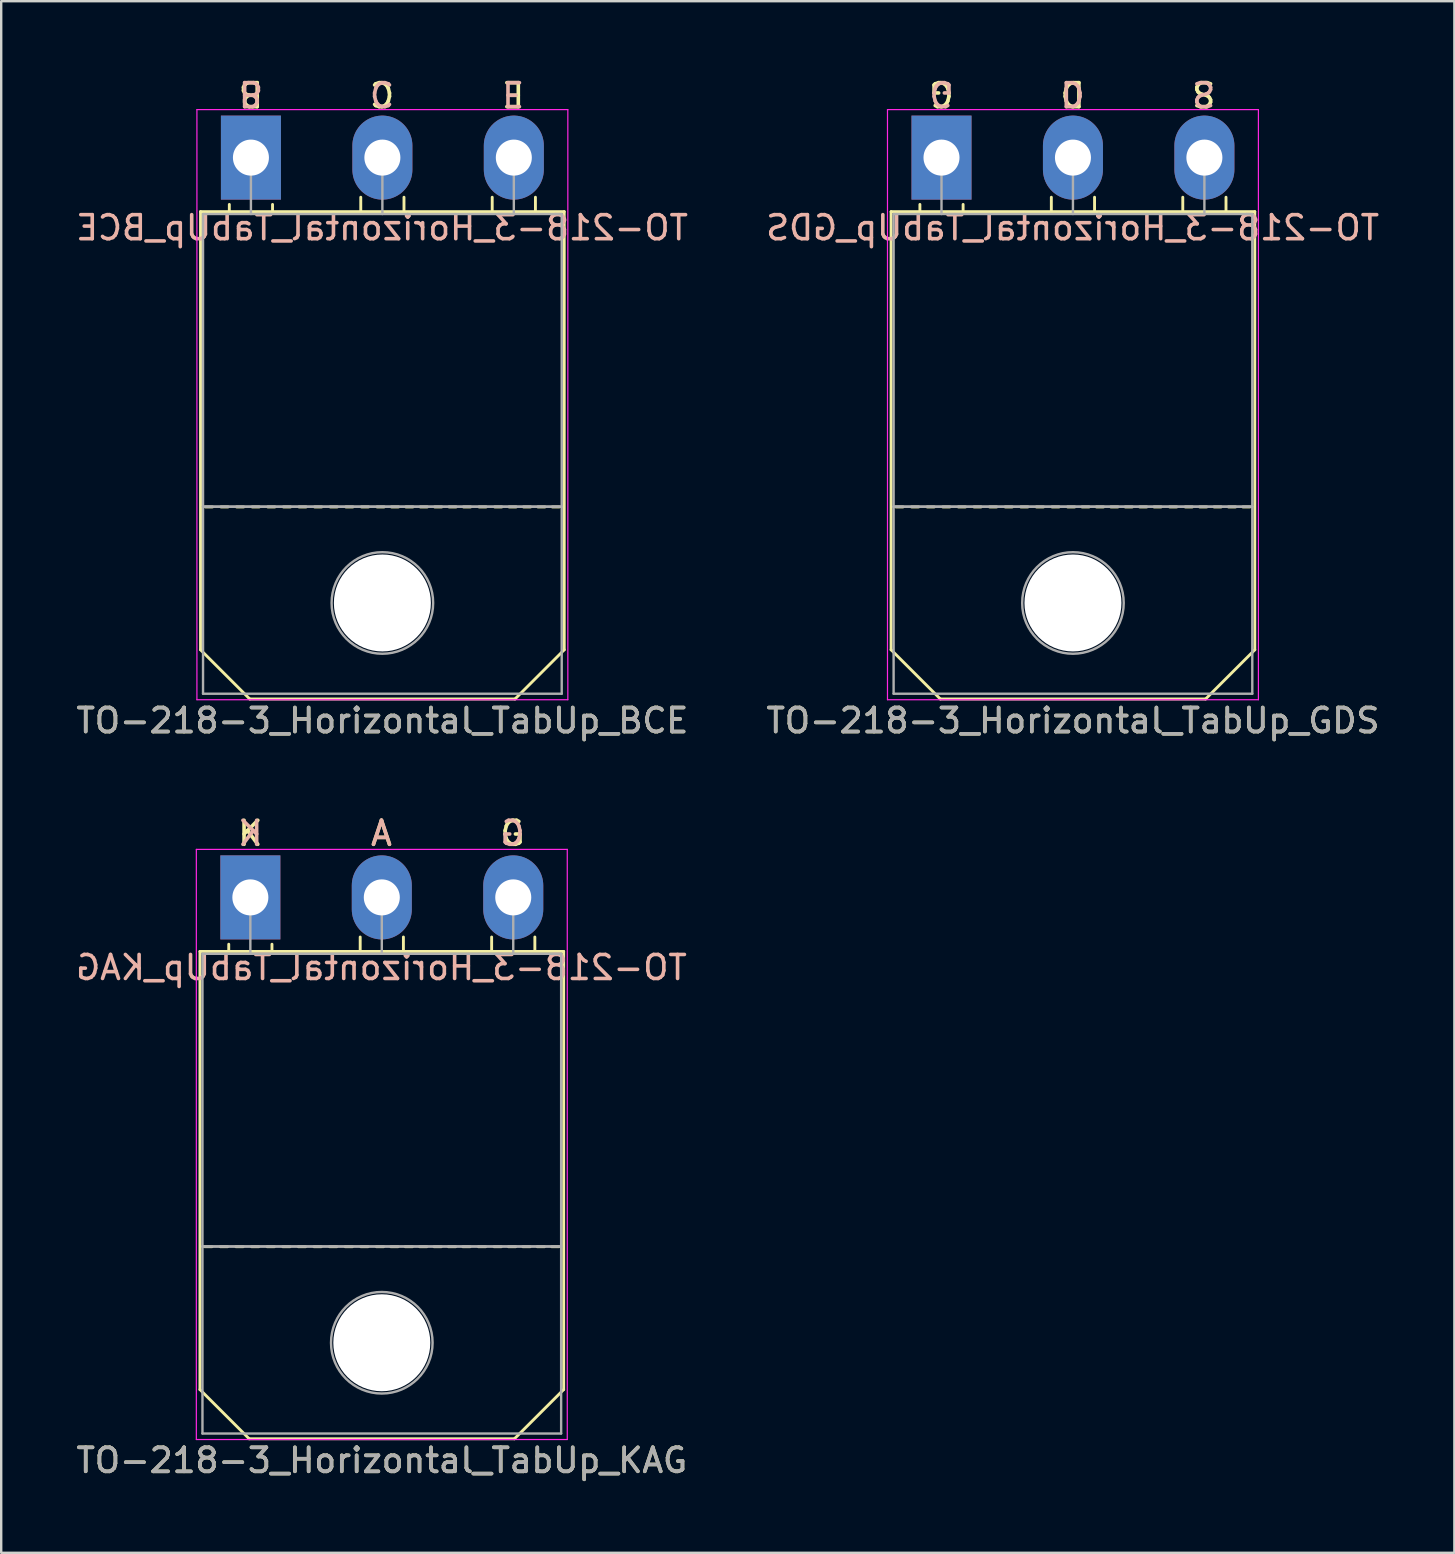
<source format=kicad_pcb>
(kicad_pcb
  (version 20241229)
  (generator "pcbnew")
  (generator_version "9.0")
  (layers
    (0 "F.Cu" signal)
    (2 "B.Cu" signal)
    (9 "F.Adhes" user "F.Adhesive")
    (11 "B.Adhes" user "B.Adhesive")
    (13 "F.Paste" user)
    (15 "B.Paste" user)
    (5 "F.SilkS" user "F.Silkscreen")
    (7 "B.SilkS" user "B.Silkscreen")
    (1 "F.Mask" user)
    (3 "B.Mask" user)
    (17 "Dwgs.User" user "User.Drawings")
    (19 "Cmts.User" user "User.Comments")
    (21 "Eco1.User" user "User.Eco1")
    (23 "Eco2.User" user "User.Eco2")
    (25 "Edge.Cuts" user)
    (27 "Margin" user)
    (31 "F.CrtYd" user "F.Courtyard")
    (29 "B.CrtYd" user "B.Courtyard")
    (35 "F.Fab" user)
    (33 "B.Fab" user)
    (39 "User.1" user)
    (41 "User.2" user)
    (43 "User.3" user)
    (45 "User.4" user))
  (footprint "TO-218-3_Horizontal_TabUp_GDS"
    (layer "F.Cu")
    (at 36.166 3.515)
    (property "Reference" "TO-218-3_Horizontal_TabUp_GDS" (at 5.475 23.45 0) (layer "F.SilkS") (effects (font (size 1 1) (thickness 0.15))))
    (fp_line (start -2.1 2.25) (end 13.05 2.25) (stroke (width 0.12) (type solid)) (layer "F.SilkS"))
    (fp_line (start -2.1 20.5) (end -2.1 2.25) (stroke (width 0.12) (type solid)) (layer "F.SilkS"))
    (fp_line (start -2.1 20.5) (end -0.05 22.55) (stroke (width 0.12) (type solid)) (layer "F.SilkS"))
    (fp_line (start -1.6 14.55) (end -1.9 14.55) (stroke (width 0.12) (type solid)) (layer "F.SilkS"))
    (fp_line (start -0.95 14.55) (end -1.25 14.55) (stroke (width 0.12) (type solid)) (layer "F.SilkS"))
    (fp_line (start -0.9 2.2) (end -0.9 1.95) (stroke (width 0.12) (type solid)) (layer "F.SilkS"))
    (fp_line (start -0.3 14.55) (end -0.6 14.55) (stroke (width 0.12) (type solid)) (layer "F.SilkS"))
    (fp_line (start 0.35 14.55) (end 0.05 14.55) (stroke (width 0.12) (type solid)) (layer "F.SilkS"))
    (fp_line (start 0.9 2.2) (end 0.9 1.95) (stroke (width 0.12) (type solid)) (layer "F.SilkS"))
    (fp_line (start 1 14.55) (end 0.7 14.55) (stroke (width 0.12) (type solid)) (layer "F.SilkS"))
    (fp_line (start 1.65 14.55) (end 1.35 14.55) (stroke (width 0.12) (type solid)) (layer "F.SilkS"))
    (fp_line (start 2.3 14.55) (end 2 14.55) (stroke (width 0.12) (type solid)) (layer "F.SilkS"))
    (fp_line (start 2.95 14.55) (end 2.65 14.55) (stroke (width 0.12) (type solid)) (layer "F.SilkS"))
    (fp_line (start 3.6 14.55) (end 3.3 14.55) (stroke (width 0.12) (type solid)) (layer "F.SilkS"))
    (fp_line (start 4.25 14.55) (end 3.95 14.55) (stroke (width 0.12) (type solid)) (layer "F.SilkS"))
    (fp_line (start 4.575 2.2) (end 4.575 1.65) (stroke (width 0.12) (type solid)) (layer "F.SilkS"))
    (fp_line (start 4.9 14.55) (end 4.6 14.55) (stroke (width 0.12) (type solid)) (layer "F.SilkS"))
    (fp_line (start 5.55 14.55) (end 5.25 14.55) (stroke (width 0.12) (type solid)) (layer "F.SilkS"))
    (fp_line (start 6.15 14.55) (end 5.85 14.55) (stroke (width 0.12) (type solid)) (layer "F.SilkS"))
    (fp_line (start 6.375 2.2) (end 6.375 1.65) (stroke (width 0.12) (type solid)) (layer "F.SilkS"))
    (fp_line (start 6.75 14.55) (end 6.45 14.55) (stroke (width 0.12) (type solid)) (layer "F.SilkS"))
    (fp_line (start 7.35 14.55) (end 7.05 14.55) (stroke (width 0.12) (type solid)) (layer "F.SilkS"))
    (fp_line (start 7.95 14.55) (end 7.65 14.55) (stroke (width 0.12) (type solid)) (layer "F.SilkS"))
    (fp_line (start 8.55 14.55) (end 8.25 14.55) (stroke (width 0.12) (type solid)) (layer "F.SilkS"))
    (fp_line (start 9.15 14.55) (end 8.85 14.55) (stroke (width 0.12) (type solid)) (layer "F.SilkS"))
    (fp_line (start 9.8 14.55) (end 9.5 14.55) (stroke (width 0.12) (type solid)) (layer "F.SilkS"))
    (fp_line (start 10.05 2.2) (end 10.05 1.65) (stroke (width 0.12) (type solid)) (layer "F.SilkS"))
    (fp_line (start 10.45 14.55) (end 10.15 14.55) (stroke (width 0.12) (type solid)) (layer "F.SilkS"))
    (fp_line (start 11 22.55) (end -0.05 22.55) (stroke (width 0.12) (type solid)) (layer "F.SilkS"))
    (fp_line (start 11.05 14.55) (end 10.75 14.55) (stroke (width 0.12) (type solid)) (layer "F.SilkS"))
    (fp_line (start 11.65 14.55) (end 11.35 14.55) (stroke (width 0.12) (type solid)) (layer "F.SilkS"))
    (fp_line (start 11.85 2.2) (end 11.85 1.65) (stroke (width 0.12) (type solid)) (layer "F.SilkS"))
    (fp_line (start 12.25 14.55) (end 11.95 14.55) (stroke (width 0.12) (type solid)) (layer "F.SilkS"))
    (fp_line (start 12.85 14.55) (end 12.55 14.55) (stroke (width 0.12) (type solid)) (layer "F.SilkS"))
    (fp_line (start 13.05 2.25) (end 13.05 20.5) (stroke (width 0.12) (type solid)) (layer "F.SilkS"))
    (fp_line (start 13.05 20.5) (end 11 22.55) (stroke (width 0.12) (type solid)) (layer "F.SilkS"))
    (fp_line (start -2.25 -2) (end -2.25 22.58) (stroke (width 0.05) (type solid)) (layer "F.CrtYd"))
    (fp_line (start -2.25 22.58) (end 13.2 22.58) (stroke (width 0.05) (type solid)) (layer "F.CrtYd"))
    (fp_line (start 13.2 -2) (end -2.25 -2) (stroke (width 0.05) (type solid)) (layer "F.CrtYd"))
    (fp_line (start 13.2 22.58) (end 13.2 -2) (stroke (width 0.05) (type solid)) (layer "F.CrtYd"))
    (fp_line (start -1.995 2.35) (end -1.995 14.54) (stroke (width 0.1) (type solid)) (layer "F.Fab"))
    (fp_line (start -1.995 14.54) (end -1.995 22.33) (stroke (width 0.1) (type solid)) (layer "F.Fab"))
    (fp_line (start -1.995 14.54) (end 12.945 14.54) (stroke (width 0.1) (type solid)) (layer "F.Fab"))
    (fp_line (start -1.995 22.33) (end 12.945 22.33) (stroke (width 0.1) (type solid)) (layer "F.Fab"))
    (fp_line (start 0 2.35) (end 0 0) (stroke (width 0.1) (type solid)) (layer "F.Fab"))
    (fp_line (start 5.475 2.35) (end 5.475 0) (stroke (width 0.1) (type solid)) (layer "F.Fab"))
    (fp_line (start 10.95 2.35) (end 10.95 0) (stroke (width 0.1) (type solid)) (layer "F.Fab"))
    (fp_line (start 12.945 2.35) (end -1.995 2.35) (stroke (width 0.1) (type solid)) (layer "F.Fab"))
    (fp_line (start 12.945 14.54) (end -1.995 14.54) (stroke (width 0.1) (type solid)) (layer "F.Fab"))
    (fp_line (start 12.945 14.54) (end 12.945 2.35) (stroke (width 0.1) (type solid)) (layer "F.Fab"))
    (fp_line (start 12.945 22.33) (end 12.945 14.54) (stroke (width 0.1) (type solid)) (layer "F.Fab"))
    (fp_circle (center 5.475 18.55) (end 7.59 18.55) (stroke (width 0.1) (type solid)) (fill no) (layer "F.Fab"))
    (fp_text user "G" (at 0 -2.667 180) (unlocked yes) (layer "F.SilkS") (effects (font (size 1 1) (thickness 0.15))))
    (fp_text user "D" (at 5.461 -2.667 180) (unlocked yes) (layer "F.SilkS") (effects (font (size 1 1) (thickness 0.15))))
    (fp_text user "S" (at 10.922 -2.667 180) (unlocked yes) (layer "F.SilkS") (effects (font (size 1 1) (thickness 0.15))))
    (fp_text user "${REFERENCE}" (at 5.461 2.921 0) (layer "B.SilkS") (effects (font (size 1 1) (thickness 0.15)) (justify mirror)))
    (fp_text user "G" (at 0 -2.667 180) (unlocked yes) (layer "B.SilkS") (effects (font (size 1 1) (thickness 0.15)) (justify mirror)))
    (fp_text user "S" (at 10.922 -2.667 180) (unlocked yes) (layer "B.SilkS") (effects (font (size 1 1) (thickness 0.15)) (justify mirror)))
    (fp_text user "D" (at 5.461 -2.667 180) (unlocked yes) (layer "B.SilkS") (effects (font (size 1 1) (thickness 0.15)) (justify mirror)))
    (fp_text user "${REFERENCE}" (at 5.475 23.45 0) (layer "F.Fab") (effects (font (size 1 1) (thickness 0.15))))
    (pad "" np_thru_hole oval (at 5.475 18.55) (size 4.04 4.04) (drill 4.04) (layers "*.Cu" "*.Mask"))
    (pad "1" thru_hole rect (at 0 0) (size 2.5 3.5) (drill 1.5) (layers "*.Cu" "*.Mask"))
    (pad "2" thru_hole oval (at 5.475 0) (size 2.5 3.5) (drill 1.5) (layers "*.Cu" "*.Mask"))
    (pad "3" thru_hole oval (at 10.95 0) (size 2.5 3.5) (drill 1.5) (layers "*.Cu" "*.Mask")))
  (footprint "TO-218-3_Horizontal_TabUp_KAG"
    (layer "F.Cu")
    (at 7.378 34.329)
    (property "Reference" "TO-218-3_Horizontal_TabUp_KAG" (at 5.475 23.45 0) (layer "F.SilkS") (effects (font (size 1 1) (thickness 0.15))))
    (fp_line (start -2.1 2.25) (end 13.05 2.25) (stroke (width 0.12) (type solid)) (layer "F.SilkS"))
    (fp_line (start -2.1 20.5) (end -2.1 2.25) (stroke (width 0.12) (type solid)) (layer "F.SilkS"))
    (fp_line (start -2.1 20.5) (end -0.05 22.55) (stroke (width 0.12) (type solid)) (layer "F.SilkS"))
    (fp_line (start -1.6 14.55) (end -1.9 14.55) (stroke (width 0.12) (type solid)) (layer "F.SilkS"))
    (fp_line (start -0.95 14.55) (end -1.25 14.55) (stroke (width 0.12) (type solid)) (layer "F.SilkS"))
    (fp_line (start -0.9 2.2) (end -0.9 1.95) (stroke (width 0.12) (type solid)) (layer "F.SilkS"))
    (fp_line (start -0.3 14.55) (end -0.6 14.55) (stroke (width 0.12) (type solid)) (layer "F.SilkS"))
    (fp_line (start 0.35 14.55) (end 0.05 14.55) (stroke (width 0.12) (type solid)) (layer "F.SilkS"))
    (fp_line (start 0.9 2.2) (end 0.9 1.95) (stroke (width 0.12) (type solid)) (layer "F.SilkS"))
    (fp_line (start 1 14.55) (end 0.7 14.55) (stroke (width 0.12) (type solid)) (layer "F.SilkS"))
    (fp_line (start 1.65 14.55) (end 1.35 14.55) (stroke (width 0.12) (type solid)) (layer "F.SilkS"))
    (fp_line (start 2.3 14.55) (end 2 14.55) (stroke (width 0.12) (type solid)) (layer "F.SilkS"))
    (fp_line (start 2.95 14.55) (end 2.65 14.55) (stroke (width 0.12) (type solid)) (layer "F.SilkS"))
    (fp_line (start 3.6 14.55) (end 3.3 14.55) (stroke (width 0.12) (type solid)) (layer "F.SilkS"))
    (fp_line (start 4.25 14.55) (end 3.95 14.55) (stroke (width 0.12) (type solid)) (layer "F.SilkS"))
    (fp_line (start 4.575 2.2) (end 4.575 1.65) (stroke (width 0.12) (type solid)) (layer "F.SilkS"))
    (fp_line (start 4.9 14.55) (end 4.6 14.55) (stroke (width 0.12) (type solid)) (layer "F.SilkS"))
    (fp_line (start 5.55 14.55) (end 5.25 14.55) (stroke (width 0.12) (type solid)) (layer "F.SilkS"))
    (fp_line (start 6.15 14.55) (end 5.85 14.55) (stroke (width 0.12) (type solid)) (layer "F.SilkS"))
    (fp_line (start 6.375 2.2) (end 6.375 1.65) (stroke (width 0.12) (type solid)) (layer "F.SilkS"))
    (fp_line (start 6.75 14.55) (end 6.45 14.55) (stroke (width 0.12) (type solid)) (layer "F.SilkS"))
    (fp_line (start 7.35 14.55) (end 7.05 14.55) (stroke (width 0.12) (type solid)) (layer "F.SilkS"))
    (fp_line (start 7.95 14.55) (end 7.65 14.55) (stroke (width 0.12) (type solid)) (layer "F.SilkS"))
    (fp_line (start 8.55 14.55) (end 8.25 14.55) (stroke (width 0.12) (type solid)) (layer "F.SilkS"))
    (fp_line (start 9.15 14.55) (end 8.85 14.55) (stroke (width 0.12) (type solid)) (layer "F.SilkS"))
    (fp_line (start 9.8 14.55) (end 9.5 14.55) (stroke (width 0.12) (type solid)) (layer "F.SilkS"))
    (fp_line (start 10.05 2.2) (end 10.05 1.65) (stroke (width 0.12) (type solid)) (layer "F.SilkS"))
    (fp_line (start 10.45 14.55) (end 10.15 14.55) (stroke (width 0.12) (type solid)) (layer "F.SilkS"))
    (fp_line (start 11 22.55) (end -0.05 22.55) (stroke (width 0.12) (type solid)) (layer "F.SilkS"))
    (fp_line (start 11.05 14.55) (end 10.75 14.55) (stroke (width 0.12) (type solid)) (layer "F.SilkS"))
    (fp_line (start 11.65 14.55) (end 11.35 14.55) (stroke (width 0.12) (type solid)) (layer "F.SilkS"))
    (fp_line (start 11.85 2.2) (end 11.85 1.65) (stroke (width 0.12) (type solid)) (layer "F.SilkS"))
    (fp_line (start 12.25 14.55) (end 11.95 14.55) (stroke (width 0.12) (type solid)) (layer "F.SilkS"))
    (fp_line (start 12.85 14.55) (end 12.55 14.55) (stroke (width 0.12) (type solid)) (layer "F.SilkS"))
    (fp_line (start 13.05 2.25) (end 13.05 20.5) (stroke (width 0.12) (type solid)) (layer "F.SilkS"))
    (fp_line (start 13.05 20.5) (end 11 22.55) (stroke (width 0.12) (type solid)) (layer "F.SilkS"))
    (fp_line (start -2.25 -2) (end -2.25 22.58) (stroke (width 0.05) (type solid)) (layer "F.CrtYd"))
    (fp_line (start -2.25 22.58) (end 13.2 22.58) (stroke (width 0.05) (type solid)) (layer "F.CrtYd"))
    (fp_line (start 13.2 -2) (end -2.25 -2) (stroke (width 0.05) (type solid)) (layer "F.CrtYd"))
    (fp_line (start 13.2 22.58) (end 13.2 -2) (stroke (width 0.05) (type solid)) (layer "F.CrtYd"))
    (fp_line (start -1.995 2.35) (end -1.995 14.54) (stroke (width 0.1) (type solid)) (layer "F.Fab"))
    (fp_line (start -1.995 14.54) (end -1.995 22.33) (stroke (width 0.1) (type solid)) (layer "F.Fab"))
    (fp_line (start -1.995 14.54) (end 12.945 14.54) (stroke (width 0.1) (type solid)) (layer "F.Fab"))
    (fp_line (start -1.995 22.33) (end 12.945 22.33) (stroke (width 0.1) (type solid)) (layer "F.Fab"))
    (fp_line (start 0 2.35) (end 0 0) (stroke (width 0.1) (type solid)) (layer "F.Fab"))
    (fp_line (start 5.475 2.35) (end 5.475 0) (stroke (width 0.1) (type solid)) (layer "F.Fab"))
    (fp_line (start 10.95 2.35) (end 10.95 0) (stroke (width 0.1) (type solid)) (layer "F.Fab"))
    (fp_line (start 12.945 2.35) (end -1.995 2.35) (stroke (width 0.1) (type solid)) (layer "F.Fab"))
    (fp_line (start 12.945 14.54) (end -1.995 14.54) (stroke (width 0.1) (type solid)) (layer "F.Fab"))
    (fp_line (start 12.945 14.54) (end 12.945 2.35) (stroke (width 0.1) (type solid)) (layer "F.Fab"))
    (fp_line (start 12.945 22.33) (end 12.945 14.54) (stroke (width 0.1) (type solid)) (layer "F.Fab"))
    (fp_circle (center 5.475 18.55) (end 7.59 18.55) (stroke (width 0.1) (type solid)) (fill no) (layer "F.Fab"))
    (fp_text user "A" (at 5.461 -2.667 0) (unlocked yes) (layer "F.SilkS") (effects (font (size 1 1) (thickness 0.15))))
    (fp_text user "K" (at 0 -2.667 0) (unlocked yes) (layer "F.SilkS") (effects (font (size 1 1) (thickness 0.15))))
    (fp_text user "G" (at 10.922 -2.667 0) (unlocked yes) (layer "F.SilkS") (effects (font (size 1 1) (thickness 0.15))))
    (fp_text user "K" (at 0 -2.667 0) (unlocked yes) (layer "B.SilkS") (effects (font (size 1 1) (thickness 0.15)) (justify mirror)))
    (fp_text user "A" (at 5.461 -2.667 0) (unlocked yes) (layer "B.SilkS") (effects (font (size 1 1) (thickness 0.15)) (justify mirror)))
    (fp_text user "G" (at 10.922 -2.667 0) (unlocked yes) (layer "B.SilkS") (effects (font (size 1 1) (thickness 0.15)) (justify mirror)))
    (fp_text user "${REFERENCE}" (at 5.461 2.921 0) (layer "B.SilkS") (effects (font (size 1 1) (thickness 0.15)) (justify mirror)))
    (fp_text user "${REFERENCE}" (at 5.475 23.45 0) (layer "F.Fab") (effects (font (size 1 1) (thickness 0.15))))
    (pad "" np_thru_hole oval (at 5.475 18.55) (size 4.04 4.04) (drill 4.04) (layers "*.Cu" "*.Mask"))
    (pad "1" thru_hole rect (at 0 0) (size 2.5 3.5) (drill 1.5) (layers "*.Cu" "*.Mask"))
    (pad "2" thru_hole oval (at 5.475 0) (size 2.5 3.5) (drill 1.5) (layers "*.Cu" "*.Mask"))
    (pad "3" thru_hole oval (at 10.95 0) (size 2.5 3.5) (drill 1.5) (layers "*.Cu" "*.Mask")))
  (footprint "TO-218-3_Horizontal_TabUp_BCE"
    (layer "F.Cu")
    (at 7.402 3.515)
    (property "Reference" "TO-218-3_Horizontal_TabUp_BCE" (at 5.475 23.45 0) (layer "F.SilkS") (effects (font (size 1 1) (thickness 0.15))))
    (fp_line (start -2.1 2.25) (end 13.05 2.25) (stroke (width 0.12) (type solid)) (layer "F.SilkS"))
    (fp_line (start -2.1 20.5) (end -2.1 2.25) (stroke (width 0.12) (type solid)) (layer "F.SilkS"))
    (fp_line (start -2.1 20.5) (end -0.05 22.55) (stroke (width 0.12) (type solid)) (layer "F.SilkS"))
    (fp_line (start -1.6 14.55) (end -1.9 14.55) (stroke (width 0.12) (type solid)) (layer "F.SilkS"))
    (fp_line (start -0.95 14.55) (end -1.25 14.55) (stroke (width 0.12) (type solid)) (layer "F.SilkS"))
    (fp_line (start -0.9 2.2) (end -0.9 1.95) (stroke (width 0.12) (type solid)) (layer "F.SilkS"))
    (fp_line (start -0.3 14.55) (end -0.6 14.55) (stroke (width 0.12) (type solid)) (layer "F.SilkS"))
    (fp_line (start 0.35 14.55) (end 0.05 14.55) (stroke (width 0.12) (type solid)) (layer "F.SilkS"))
    (fp_line (start 0.9 2.2) (end 0.9 1.95) (stroke (width 0.12) (type solid)) (layer "F.SilkS"))
    (fp_line (start 1 14.55) (end 0.7 14.55) (stroke (width 0.12) (type solid)) (layer "F.SilkS"))
    (fp_line (start 1.65 14.55) (end 1.35 14.55) (stroke (width 0.12) (type solid)) (layer "F.SilkS"))
    (fp_line (start 2.3 14.55) (end 2 14.55) (stroke (width 0.12) (type solid)) (layer "F.SilkS"))
    (fp_line (start 2.95 14.55) (end 2.65 14.55) (stroke (width 0.12) (type solid)) (layer "F.SilkS"))
    (fp_line (start 3.6 14.55) (end 3.3 14.55) (stroke (width 0.12) (type solid)) (layer "F.SilkS"))
    (fp_line (start 4.25 14.55) (end 3.95 14.55) (stroke (width 0.12) (type solid)) (layer "F.SilkS"))
    (fp_line (start 4.575 2.2) (end 4.575 1.65) (stroke (width 0.12) (type solid)) (layer "F.SilkS"))
    (fp_line (start 4.9 14.55) (end 4.6 14.55) (stroke (width 0.12) (type solid)) (layer "F.SilkS"))
    (fp_line (start 5.55 14.55) (end 5.25 14.55) (stroke (width 0.12) (type solid)) (layer "F.SilkS"))
    (fp_line (start 6.15 14.55) (end 5.85 14.55) (stroke (width 0.12) (type solid)) (layer "F.SilkS"))
    (fp_line (start 6.375 2.2) (end 6.375 1.65) (stroke (width 0.12) (type solid)) (layer "F.SilkS"))
    (fp_line (start 6.75 14.55) (end 6.45 14.55) (stroke (width 0.12) (type solid)) (layer "F.SilkS"))
    (fp_line (start 7.35 14.55) (end 7.05 14.55) (stroke (width 0.12) (type solid)) (layer "F.SilkS"))
    (fp_line (start 7.95 14.55) (end 7.65 14.55) (stroke (width 0.12) (type solid)) (layer "F.SilkS"))
    (fp_line (start 8.55 14.55) (end 8.25 14.55) (stroke (width 0.12) (type solid)) (layer "F.SilkS"))
    (fp_line (start 9.15 14.55) (end 8.85 14.55) (stroke (width 0.12) (type solid)) (layer "F.SilkS"))
    (fp_line (start 9.8 14.55) (end 9.5 14.55) (stroke (width 0.12) (type solid)) (layer "F.SilkS"))
    (fp_line (start 10.05 2.2) (end 10.05 1.65) (stroke (width 0.12) (type solid)) (layer "F.SilkS"))
    (fp_line (start 10.45 14.55) (end 10.15 14.55) (stroke (width 0.12) (type solid)) (layer "F.SilkS"))
    (fp_line (start 11 22.55) (end -0.05 22.55) (stroke (width 0.12) (type solid)) (layer "F.SilkS"))
    (fp_line (start 11.05 14.55) (end 10.75 14.55) (stroke (width 0.12) (type solid)) (layer "F.SilkS"))
    (fp_line (start 11.65 14.55) (end 11.35 14.55) (stroke (width 0.12) (type solid)) (layer "F.SilkS"))
    (fp_line (start 11.85 2.2) (end 11.85 1.65) (stroke (width 0.12) (type solid)) (layer "F.SilkS"))
    (fp_line (start 12.25 14.55) (end 11.95 14.55) (stroke (width 0.12) (type solid)) (layer "F.SilkS"))
    (fp_line (start 12.85 14.55) (end 12.55 14.55) (stroke (width 0.12) (type solid)) (layer "F.SilkS"))
    (fp_line (start 13.05 2.25) (end 13.05 20.5) (stroke (width 0.12) (type solid)) (layer "F.SilkS"))
    (fp_line (start 13.05 20.5) (end 11 22.55) (stroke (width 0.12) (type solid)) (layer "F.SilkS"))
    (fp_line (start -2.25 -2) (end -2.25 22.58) (stroke (width 0.05) (type solid)) (layer "F.CrtYd"))
    (fp_line (start -2.25 22.58) (end 13.2 22.58) (stroke (width 0.05) (type solid)) (layer "F.CrtYd"))
    (fp_line (start 13.2 -2) (end -2.25 -2) (stroke (width 0.05) (type solid)) (layer "F.CrtYd"))
    (fp_line (start 13.2 22.58) (end 13.2 -2) (stroke (width 0.05) (type solid)) (layer "F.CrtYd"))
    (fp_line (start -1.995 2.35) (end -1.995 14.54) (stroke (width 0.1) (type solid)) (layer "F.Fab"))
    (fp_line (start -1.995 14.54) (end -1.995 22.33) (stroke (width 0.1) (type solid)) (layer "F.Fab"))
    (fp_line (start -1.995 14.54) (end 12.945 14.54) (stroke (width 0.1) (type solid)) (layer "F.Fab"))
    (fp_line (start -1.995 22.33) (end 12.945 22.33) (stroke (width 0.1) (type solid)) (layer "F.Fab"))
    (fp_line (start 0 2.35) (end 0 0) (stroke (width 0.1) (type solid)) (layer "F.Fab"))
    (fp_line (start 5.475 2.35) (end 5.475 0) (stroke (width 0.1) (type solid)) (layer "F.Fab"))
    (fp_line (start 10.95 2.35) (end 10.95 0) (stroke (width 0.1) (type solid)) (layer "F.Fab"))
    (fp_line (start 12.945 2.35) (end -1.995 2.35) (stroke (width 0.1) (type solid)) (layer "F.Fab"))
    (fp_line (start 12.945 14.54) (end -1.995 14.54) (stroke (width 0.1) (type solid)) (layer "F.Fab"))
    (fp_line (start 12.945 14.54) (end 12.945 2.35) (stroke (width 0.1) (type solid)) (layer "F.Fab"))
    (fp_line (start 12.945 22.33) (end 12.945 14.54) (stroke (width 0.1) (type solid)) (layer "F.Fab"))
    (fp_circle (center 5.475 18.55) (end 7.59 18.55) (stroke (width 0.1) (type solid)) (fill no) (layer "F.Fab"))
    (fp_text user "B" (at 0 -2.667 180) (unlocked yes) (layer "F.SilkS") (effects (font (size 1 1) (thickness 0.15))))
    (fp_text user "E" (at 10.922 -2.667 180) (unlocked yes) (layer "F.SilkS") (effects (font (size 1 1) (thickness 0.15))))
    (fp_text user "C" (at 5.461 -2.667 180) (unlocked yes) (layer "F.SilkS") (effects (font (size 1 1) (thickness 0.15))))
    (fp_text user "B" (at 0 -2.667 180) (unlocked yes) (layer "B.SilkS") (effects (font (size 1 1) (thickness 0.15)) (justify mirror)))
    (fp_text user "E" (at 10.922 -2.667 180) (unlocked yes) (layer "B.SilkS") (effects (font (size 1 1) (thickness 0.15)) (justify mirror)))
    (fp_text user "C" (at 5.461 -2.667 180) (unlocked yes) (layer "B.SilkS") (effects (font (size 1 1) (thickness 0.15)) (justify mirror)))
    (fp_text user "${REFERENCE}" (at 5.461 2.921 0) (layer "B.SilkS") (effects (font (size 1 1) (thickness 0.15)) (justify mirror)))
    (fp_text user "${REFERENCE}" (at 5.475 23.45 0) (layer "F.Fab") (effects (font (size 1 1) (thickness 0.15))))
    (pad "" np_thru_hole oval (at 5.475 18.55) (size 4.04 4.04) (drill 4.04) (layers "*.Cu" "*.Mask"))
    (pad "1" thru_hole rect (at 0 0) (size 2.5 3.5) (drill 1.5) (layers "*.Cu" "*.Mask"))
    (pad "2" thru_hole oval (at 5.475 0) (size 2.5 3.5) (drill 1.5) (layers "*.Cu" "*.Mask"))
    (pad "3" thru_hole oval (at 10.95 0) (size 2.5 3.5) (drill 1.5) (layers "*.Cu" "*.Mask")))
  (gr_rect
    (start -3 -3)
    (end 57.528 61.627)
    (stroke (width 0.1) (type default))
    (fill no)
    (layer "Edge.Cuts")))
</source>
